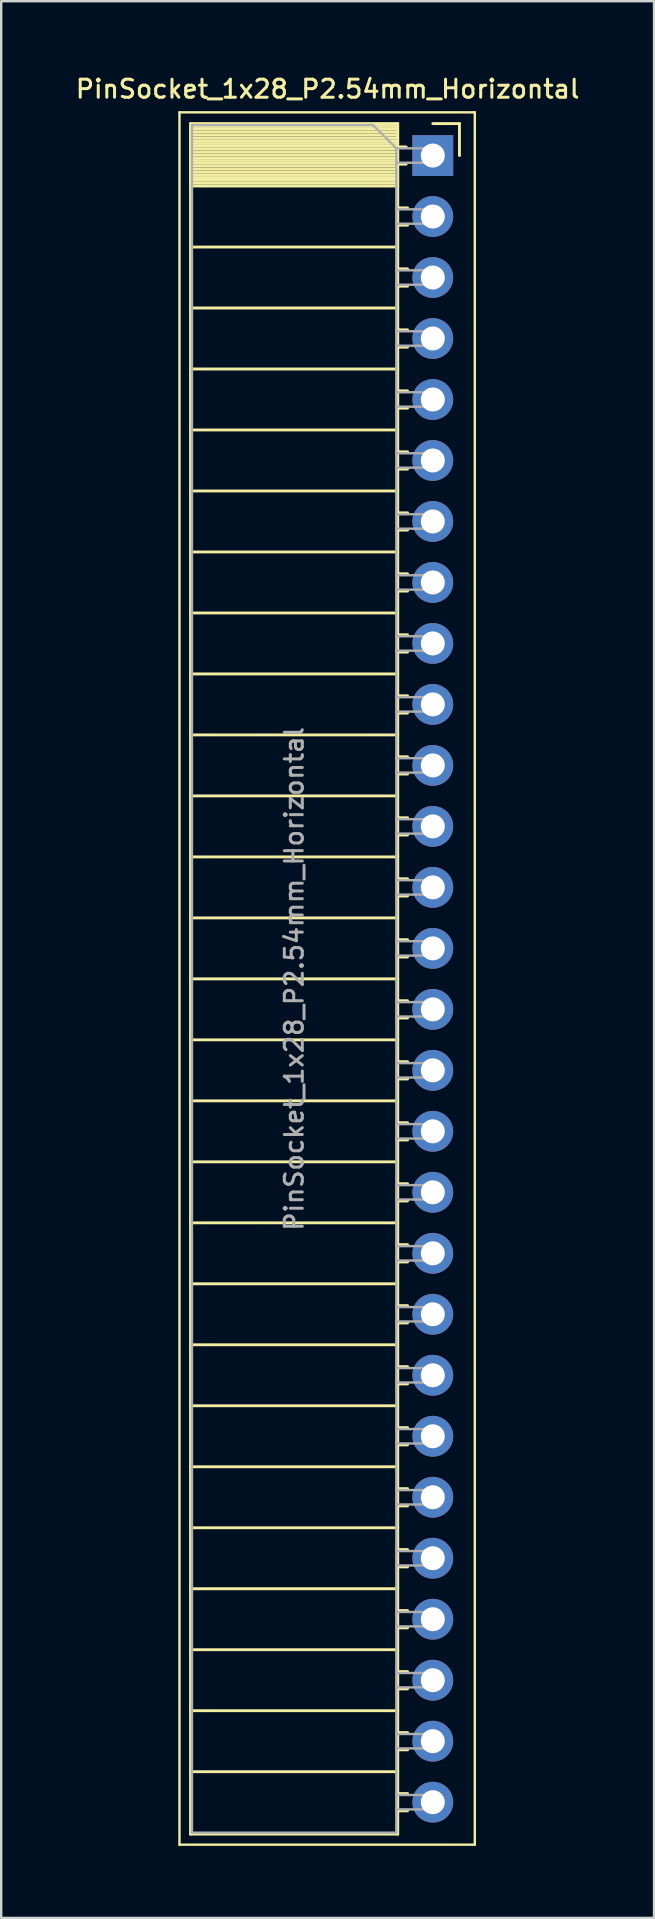
<source format=kicad_pcb>
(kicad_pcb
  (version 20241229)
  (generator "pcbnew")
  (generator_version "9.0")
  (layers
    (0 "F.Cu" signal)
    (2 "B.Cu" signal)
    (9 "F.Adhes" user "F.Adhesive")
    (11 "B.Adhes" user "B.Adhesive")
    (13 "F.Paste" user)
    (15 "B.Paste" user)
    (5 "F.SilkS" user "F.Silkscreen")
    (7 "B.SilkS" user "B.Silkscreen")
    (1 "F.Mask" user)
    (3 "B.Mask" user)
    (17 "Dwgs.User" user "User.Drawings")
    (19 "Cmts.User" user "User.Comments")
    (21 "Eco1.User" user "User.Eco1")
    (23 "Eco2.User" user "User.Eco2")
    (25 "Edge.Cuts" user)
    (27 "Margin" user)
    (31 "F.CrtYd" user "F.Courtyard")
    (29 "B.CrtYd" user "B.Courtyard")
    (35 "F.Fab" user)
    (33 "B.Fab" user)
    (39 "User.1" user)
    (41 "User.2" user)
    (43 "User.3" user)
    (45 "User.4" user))
  (footprint "PinSocket_1x28_P2.54mm_Horizontal"
    (layer "F.Cu")
    (at 14.975 3.428)
    (property "Reference" "PinSocket_1x28_P2.54mm_Horizontal" (at -4.38 -2.77 0) (layer "F.SilkS") (effects (font (size 0.75 0.75) (thickness 0.125))))
    (attr through_hole)
    (fp_line (start -10.55 -1.8) (end -10.55 70.35) (stroke (width 0.1) (type solid)) (layer "F.SilkS"))
    (fp_line (start -10.55 70.35) (end 1.75 70.35) (stroke (width 0.1) (type solid)) (layer "F.SilkS"))
    (fp_line (start -10.09 -1.33) (end -10.09 69.91) (stroke (width 0.12) (type solid)) (layer "F.SilkS"))
    (fp_line (start -10.09 -1.33) (end -1.46 -1.33) (stroke (width 0.12) (type solid)) (layer "F.SilkS"))
    (fp_line (start -10.09 -1.21) (end -1.46 -1.21) (stroke (width 0.12) (type solid)) (layer "F.SilkS"))
    (fp_line (start -10.09 -1.092) (end -1.46 -1.092) (stroke (width 0.12) (type solid)) (layer "F.SilkS"))
    (fp_line (start -10.09 -0.974) (end -1.46 -0.974) (stroke (width 0.12) (type solid)) (layer "F.SilkS"))
    (fp_line (start -10.09 -0.856) (end -1.46 -0.856) (stroke (width 0.12) (type solid)) (layer "F.SilkS"))
    (fp_line (start -10.09 -0.738) (end -1.46 -0.738) (stroke (width 0.12) (type solid)) (layer "F.SilkS"))
    (fp_line (start -10.09 -0.62) (end -1.46 -0.62) (stroke (width 0.12) (type solid)) (layer "F.SilkS"))
    (fp_line (start -10.09 -0.501) (end -1.46 -0.501) (stroke (width 0.12) (type solid)) (layer "F.SilkS"))
    (fp_line (start -10.09 -0.383) (end -1.46 -0.383) (stroke (width 0.12) (type solid)) (layer "F.SilkS"))
    (fp_line (start -10.09 -0.265) (end -1.46 -0.265) (stroke (width 0.12) (type solid)) (layer "F.SilkS"))
    (fp_line (start -10.09 -0.147) (end -1.46 -0.147) (stroke (width 0.12) (type solid)) (layer "F.SilkS"))
    (fp_line (start -10.09 -0.029) (end -1.46 -0.029) (stroke (width 0.12) (type solid)) (layer "F.SilkS"))
    (fp_line (start -10.09 0.089) (end -1.46 0.089) (stroke (width 0.12) (type solid)) (layer "F.SilkS"))
    (fp_line (start -10.09 0.207) (end -1.46 0.207) (stroke (width 0.12) (type solid)) (layer "F.SilkS"))
    (fp_line (start -10.09 0.325) (end -1.46 0.325) (stroke (width 0.12) (type solid)) (layer "F.SilkS"))
    (fp_line (start -10.09 0.443) (end -1.46 0.443) (stroke (width 0.12) (type solid)) (layer "F.SilkS"))
    (fp_line (start -10.09 0.561) (end -1.46 0.561) (stroke (width 0.12) (type solid)) (layer "F.SilkS"))
    (fp_line (start -10.09 0.68) (end -1.46 0.68) (stroke (width 0.12) (type solid)) (layer "F.SilkS"))
    (fp_line (start -10.09 0.798) (end -1.46 0.798) (stroke (width 0.12) (type solid)) (layer "F.SilkS"))
    (fp_line (start -10.09 0.916) (end -1.46 0.916) (stroke (width 0.12) (type solid)) (layer "F.SilkS"))
    (fp_line (start -10.09 1.034) (end -1.46 1.034) (stroke (width 0.12) (type solid)) (layer "F.SilkS"))
    (fp_line (start -10.09 1.152) (end -1.46 1.152) (stroke (width 0.12) (type solid)) (layer "F.SilkS"))
    (fp_line (start -10.09 1.27) (end -1.46 1.27) (stroke (width 0.12) (type solid)) (layer "F.SilkS"))
    (fp_line (start -10.09 3.81) (end -1.46 3.81) (stroke (width 0.12) (type solid)) (layer "F.SilkS"))
    (fp_line (start -10.09 6.35) (end -1.46 6.35) (stroke (width 0.12) (type solid)) (layer "F.SilkS"))
    (fp_line (start -10.09 8.89) (end -1.46 8.89) (stroke (width 0.12) (type solid)) (layer "F.SilkS"))
    (fp_line (start -10.09 11.43) (end -1.46 11.43) (stroke (width 0.12) (type solid)) (layer "F.SilkS"))
    (fp_line (start -10.09 13.97) (end -1.46 13.97) (stroke (width 0.12) (type solid)) (layer "F.SilkS"))
    (fp_line (start -10.09 16.51) (end -1.46 16.51) (stroke (width 0.12) (type solid)) (layer "F.SilkS"))
    (fp_line (start -10.09 19.05) (end -1.46 19.05) (stroke (width 0.12) (type solid)) (layer "F.SilkS"))
    (fp_line (start -10.09 21.59) (end -1.46 21.59) (stroke (width 0.12) (type solid)) (layer "F.SilkS"))
    (fp_line (start -10.09 24.13) (end -1.46 24.13) (stroke (width 0.12) (type solid)) (layer "F.SilkS"))
    (fp_line (start -10.09 26.67) (end -1.46 26.67) (stroke (width 0.12) (type solid)) (layer "F.SilkS"))
    (fp_line (start -10.09 29.21) (end -1.46 29.21) (stroke (width 0.12) (type solid)) (layer "F.SilkS"))
    (fp_line (start -10.09 31.75) (end -1.46 31.75) (stroke (width 0.12) (type solid)) (layer "F.SilkS"))
    (fp_line (start -10.09 34.29) (end -1.46 34.29) (stroke (width 0.12) (type solid)) (layer "F.SilkS"))
    (fp_line (start -10.09 36.83) (end -1.46 36.83) (stroke (width 0.12) (type solid)) (layer "F.SilkS"))
    (fp_line (start -10.09 39.37) (end -1.46 39.37) (stroke (width 0.12) (type solid)) (layer "F.SilkS"))
    (fp_line (start -10.09 41.91) (end -1.46 41.91) (stroke (width 0.12) (type solid)) (layer "F.SilkS"))
    (fp_line (start -10.09 44.45) (end -1.46 44.45) (stroke (width 0.12) (type solid)) (layer "F.SilkS"))
    (fp_line (start -10.09 46.99) (end -1.46 46.99) (stroke (width 0.12) (type solid)) (layer "F.SilkS"))
    (fp_line (start -10.09 49.53) (end -1.46 49.53) (stroke (width 0.12) (type solid)) (layer "F.SilkS"))
    (fp_line (start -10.09 52.07) (end -1.46 52.07) (stroke (width 0.12) (type solid)) (layer "F.SilkS"))
    (fp_line (start -10.09 54.61) (end -1.46 54.61) (stroke (width 0.12) (type solid)) (layer "F.SilkS"))
    (fp_line (start -10.09 57.15) (end -1.46 57.15) (stroke (width 0.12) (type solid)) (layer "F.SilkS"))
    (fp_line (start -10.09 59.69) (end -1.46 59.69) (stroke (width 0.12) (type solid)) (layer "F.SilkS"))
    (fp_line (start -10.09 62.23) (end -1.46 62.23) (stroke (width 0.12) (type solid)) (layer "F.SilkS"))
    (fp_line (start -10.09 64.77) (end -1.46 64.77) (stroke (width 0.12) (type solid)) (layer "F.SilkS"))
    (fp_line (start -10.09 67.31) (end -1.46 67.31) (stroke (width 0.12) (type solid)) (layer "F.SilkS"))
    (fp_line (start -10.09 69.91) (end -1.46 69.91) (stroke (width 0.12) (type solid)) (layer "F.SilkS"))
    (fp_line (start -1.46 -1.33) (end -1.46 69.91) (stroke (width 0.12) (type solid)) (layer "F.SilkS"))
    (fp_line (start -1.46 -0.36) (end -1.11 -0.36) (stroke (width 0.12) (type solid)) (layer "F.SilkS"))
    (fp_line (start -1.46 0.36) (end -1.11 0.36) (stroke (width 0.12) (type solid)) (layer "F.SilkS"))
    (fp_line (start -1.46 2.18) (end -1.05 2.18) (stroke (width 0.12) (type solid)) (layer "F.SilkS"))
    (fp_line (start -1.46 2.9) (end -1.05 2.9) (stroke (width 0.12) (type solid)) (layer "F.SilkS"))
    (fp_line (start -1.46 4.72) (end -1.05 4.72) (stroke (width 0.12) (type solid)) (layer "F.SilkS"))
    (fp_line (start -1.46 5.44) (end -1.05 5.44) (stroke (width 0.12) (type solid)) (layer "F.SilkS"))
    (fp_line (start -1.46 7.26) (end -1.05 7.26) (stroke (width 0.12) (type solid)) (layer "F.SilkS"))
    (fp_line (start -1.46 7.98) (end -1.05 7.98) (stroke (width 0.12) (type solid)) (layer "F.SilkS"))
    (fp_line (start -1.46 9.8) (end -1.05 9.8) (stroke (width 0.12) (type solid)) (layer "F.SilkS"))
    (fp_line (start -1.46 10.52) (end -1.05 10.52) (stroke (width 0.12) (type solid)) (layer "F.SilkS"))
    (fp_line (start -1.46 12.34) (end -1.05 12.34) (stroke (width 0.12) (type solid)) (layer "F.SilkS"))
    (fp_line (start -1.46 13.06) (end -1.05 13.06) (stroke (width 0.12) (type solid)) (layer "F.SilkS"))
    (fp_line (start -1.46 14.88) (end -1.05 14.88) (stroke (width 0.12) (type solid)) (layer "F.SilkS"))
    (fp_line (start -1.46 15.6) (end -1.05 15.6) (stroke (width 0.12) (type solid)) (layer "F.SilkS"))
    (fp_line (start -1.46 17.42) (end -1.05 17.42) (stroke (width 0.12) (type solid)) (layer "F.SilkS"))
    (fp_line (start -1.46 18.14) (end -1.05 18.14) (stroke (width 0.12) (type solid)) (layer "F.SilkS"))
    (fp_line (start -1.46 19.96) (end -1.05 19.96) (stroke (width 0.12) (type solid)) (layer "F.SilkS"))
    (fp_line (start -1.46 20.68) (end -1.05 20.68) (stroke (width 0.12) (type solid)) (layer "F.SilkS"))
    (fp_line (start -1.46 22.5) (end -1.05 22.5) (stroke (width 0.12) (type solid)) (layer "F.SilkS"))
    (fp_line (start -1.46 23.22) (end -1.05 23.22) (stroke (width 0.12) (type solid)) (layer "F.SilkS"))
    (fp_line (start -1.46 25.04) (end -1.05 25.04) (stroke (width 0.12) (type solid)) (layer "F.SilkS"))
    (fp_line (start -1.46 25.76) (end -1.05 25.76) (stroke (width 0.12) (type solid)) (layer "F.SilkS"))
    (fp_line (start -1.46 27.58) (end -1.05 27.58) (stroke (width 0.12) (type solid)) (layer "F.SilkS"))
    (fp_line (start -1.46 28.3) (end -1.05 28.3) (stroke (width 0.12) (type solid)) (layer "F.SilkS"))
    (fp_line (start -1.46 30.12) (end -1.05 30.12) (stroke (width 0.12) (type solid)) (layer "F.SilkS"))
    (fp_line (start -1.46 30.84) (end -1.05 30.84) (stroke (width 0.12) (type solid)) (layer "F.SilkS"))
    (fp_line (start -1.46 32.66) (end -1.05 32.66) (stroke (width 0.12) (type solid)) (layer "F.SilkS"))
    (fp_line (start -1.46 33.38) (end -1.05 33.38) (stroke (width 0.12) (type solid)) (layer "F.SilkS"))
    (fp_line (start -1.46 35.2) (end -1.05 35.2) (stroke (width 0.12) (type solid)) (layer "F.SilkS"))
    (fp_line (start -1.46 35.92) (end -1.05 35.92) (stroke (width 0.12) (type solid)) (layer "F.SilkS"))
    (fp_line (start -1.46 37.74) (end -1.05 37.74) (stroke (width 0.12) (type solid)) (layer "F.SilkS"))
    (fp_line (start -1.46 38.46) (end -1.05 38.46) (stroke (width 0.12) (type solid)) (layer "F.SilkS"))
    (fp_line (start -1.46 40.28) (end -1.05 40.28) (stroke (width 0.12) (type solid)) (layer "F.SilkS"))
    (fp_line (start -1.46 41) (end -1.05 41) (stroke (width 0.12) (type solid)) (layer "F.SilkS"))
    (fp_line (start -1.46 42.82) (end -1.05 42.82) (stroke (width 0.12) (type solid)) (layer "F.SilkS"))
    (fp_line (start -1.46 43.54) (end -1.05 43.54) (stroke (width 0.12) (type solid)) (layer "F.SilkS"))
    (fp_line (start -1.46 45.36) (end -1.05 45.36) (stroke (width 0.12) (type solid)) (layer "F.SilkS"))
    (fp_line (start -1.46 46.08) (end -1.05 46.08) (stroke (width 0.12) (type solid)) (layer "F.SilkS"))
    (fp_line (start -1.46 47.9) (end -1.05 47.9) (stroke (width 0.12) (type solid)) (layer "F.SilkS"))
    (fp_line (start -1.46 48.62) (end -1.05 48.62) (stroke (width 0.12) (type solid)) (layer "F.SilkS"))
    (fp_line (start -1.46 50.44) (end -1.05 50.44) (stroke (width 0.12) (type solid)) (layer "F.SilkS"))
    (fp_line (start -1.46 51.16) (end -1.05 51.16) (stroke (width 0.12) (type solid)) (layer "F.SilkS"))
    (fp_line (start -1.46 52.98) (end -1.05 52.98) (stroke (width 0.12) (type solid)) (layer "F.SilkS"))
    (fp_line (start -1.46 53.7) (end -1.05 53.7) (stroke (width 0.12) (type solid)) (layer "F.SilkS"))
    (fp_line (start -1.46 55.52) (end -1.05 55.52) (stroke (width 0.12) (type solid)) (layer "F.SilkS"))
    (fp_line (start -1.46 56.24) (end -1.05 56.24) (stroke (width 0.12) (type solid)) (layer "F.SilkS"))
    (fp_line (start -1.46 58.06) (end -1.05 58.06) (stroke (width 0.12) (type solid)) (layer "F.SilkS"))
    (fp_line (start -1.46 58.78) (end -1.05 58.78) (stroke (width 0.12) (type solid)) (layer "F.SilkS"))
    (fp_line (start -1.46 60.6) (end -1.05 60.6) (stroke (width 0.12) (type solid)) (layer "F.SilkS"))
    (fp_line (start -1.46 61.32) (end -1.05 61.32) (stroke (width 0.12) (type solid)) (layer "F.SilkS"))
    (fp_line (start -1.46 63.14) (end -1.05 63.14) (stroke (width 0.12) (type solid)) (layer "F.SilkS"))
    (fp_line (start -1.46 63.86) (end -1.05 63.86) (stroke (width 0.12) (type solid)) (layer "F.SilkS"))
    (fp_line (start -1.46 65.68) (end -1.05 65.68) (stroke (width 0.12) (type solid)) (layer "F.SilkS"))
    (fp_line (start -1.46 66.4) (end -1.05 66.4) (stroke (width 0.12) (type solid)) (layer "F.SilkS"))
    (fp_line (start -1.46 68.22) (end -1.05 68.22) (stroke (width 0.12) (type solid)) (layer "F.SilkS"))
    (fp_line (start -1.46 68.94) (end -1.05 68.94) (stroke (width 0.12) (type solid)) (layer "F.SilkS"))
    (fp_line (start 0 -1.33) (end 1.11 -1.33) (stroke (width 0.12) (type solid)) (layer "F.SilkS"))
    (fp_line (start 1.11 -1.33) (end 1.11 0) (stroke (width 0.12) (type solid)) (layer "F.SilkS"))
    (fp_line (start 1.75 -1.8) (end -10.55 -1.8) (stroke (width 0.1) (type solid)) (layer "F.SilkS"))
    (fp_line (start 1.75 70.35) (end 1.75 -1.8) (stroke (width 0.1) (type solid)) (layer "F.SilkS"))
    (fp_line (start -10.03 -1.27) (end -2.49 -1.27) (stroke (width 0.1) (type solid)) (layer "F.Fab"))
    (fp_line (start -10.03 69.85) (end -10.03 -1.27) (stroke (width 0.1) (type solid)) (layer "F.Fab"))
    (fp_line (start -2.49 -1.27) (end -1.52 -0.3) (stroke (width 0.1) (type solid)) (layer "F.Fab"))
    (fp_line (start -1.52 -0.3) (end -1.52 69.85) (stroke (width 0.1) (type solid)) (layer "F.Fab"))
    (fp_line (start -1.52 0.3) (end 0 0.3) (stroke (width 0.1) (type solid)) (layer "F.Fab"))
    (fp_line (start -1.52 2.84) (end 0 2.84) (stroke (width 0.1) (type solid)) (layer "F.Fab"))
    (fp_line (start -1.52 5.38) (end 0 5.38) (stroke (width 0.1) (type solid)) (layer "F.Fab"))
    (fp_line (start -1.52 7.92) (end 0 7.92) (stroke (width 0.1) (type solid)) (layer "F.Fab"))
    (fp_line (start -1.52 10.46) (end 0 10.46) (stroke (width 0.1) (type solid)) (layer "F.Fab"))
    (fp_line (start -1.52 13) (end 0 13) (stroke (width 0.1) (type solid)) (layer "F.Fab"))
    (fp_line (start -1.52 15.54) (end 0 15.54) (stroke (width 0.1) (type solid)) (layer "F.Fab"))
    (fp_line (start -1.52 18.08) (end 0 18.08) (stroke (width 0.1) (type solid)) (layer "F.Fab"))
    (fp_line (start -1.52 20.62) (end 0 20.62) (stroke (width 0.1) (type solid)) (layer "F.Fab"))
    (fp_line (start -1.52 23.16) (end 0 23.16) (stroke (width 0.1) (type solid)) (layer "F.Fab"))
    (fp_line (start -1.52 25.7) (end 0 25.7) (stroke (width 0.1) (type solid)) (layer "F.Fab"))
    (fp_line (start -1.52 28.24) (end 0 28.24) (stroke (width 0.1) (type solid)) (layer "F.Fab"))
    (fp_line (start -1.52 30.78) (end 0 30.78) (stroke (width 0.1) (type solid)) (layer "F.Fab"))
    (fp_line (start -1.52 33.32) (end 0 33.32) (stroke (width 0.1) (type solid)) (layer "F.Fab"))
    (fp_line (start -1.52 35.86) (end 0 35.86) (stroke (width 0.1) (type solid)) (layer "F.Fab"))
    (fp_line (start -1.52 38.4) (end 0 38.4) (stroke (width 0.1) (type solid)) (layer "F.Fab"))
    (fp_line (start -1.52 40.94) (end 0 40.94) (stroke (width 0.1) (type solid)) (layer "F.Fab"))
    (fp_line (start -1.52 43.48) (end 0 43.48) (stroke (width 0.1) (type solid)) (layer "F.Fab"))
    (fp_line (start -1.52 46.02) (end 0 46.02) (stroke (width 0.1) (type solid)) (layer "F.Fab"))
    (fp_line (start -1.52 48.56) (end 0 48.56) (stroke (width 0.1) (type solid)) (layer "F.Fab"))
    (fp_line (start -1.52 51.1) (end 0 51.1) (stroke (width 0.1) (type solid)) (layer "F.Fab"))
    (fp_line (start -1.52 53.64) (end 0 53.64) (stroke (width 0.1) (type solid)) (layer "F.Fab"))
    (fp_line (start -1.52 56.18) (end 0 56.18) (stroke (width 0.1) (type solid)) (layer "F.Fab"))
    (fp_line (start -1.52 58.72) (end 0 58.72) (stroke (width 0.1) (type solid)) (layer "F.Fab"))
    (fp_line (start -1.52 61.26) (end 0 61.26) (stroke (width 0.1) (type solid)) (layer "F.Fab"))
    (fp_line (start -1.52 63.8) (end 0 63.8) (stroke (width 0.1) (type solid)) (layer "F.Fab"))
    (fp_line (start -1.52 66.34) (end 0 66.34) (stroke (width 0.1) (type solid)) (layer "F.Fab"))
    (fp_line (start -1.52 68.88) (end 0 68.88) (stroke (width 0.1) (type solid)) (layer "F.Fab"))
    (fp_line (start -1.52 69.85) (end -10.03 69.85) (stroke (width 0.1) (type solid)) (layer "F.Fab"))
    (fp_line (start 0 -0.3) (end -1.52 -0.3) (stroke (width 0.1) (type solid)) (layer "F.Fab"))
    (fp_line (start 0 0.3) (end 0 -0.3) (stroke (width 0.1) (type solid)) (layer "F.Fab"))
    (fp_line (start 0 2.24) (end -1.52 2.24) (stroke (width 0.1) (type solid)) (layer "F.Fab"))
    (fp_line (start 0 2.84) (end 0 2.24) (stroke (width 0.1) (type solid)) (layer "F.Fab"))
    (fp_line (start 0 4.78) (end -1.52 4.78) (stroke (width 0.1) (type solid)) (layer "F.Fab"))
    (fp_line (start 0 5.38) (end 0 4.78) (stroke (width 0.1) (type solid)) (layer "F.Fab"))
    (fp_line (start 0 7.32) (end -1.52 7.32) (stroke (width 0.1) (type solid)) (layer "F.Fab"))
    (fp_line (start 0 7.92) (end 0 7.32) (stroke (width 0.1) (type solid)) (layer "F.Fab"))
    (fp_line (start 0 9.86) (end -1.52 9.86) (stroke (width 0.1) (type solid)) (layer "F.Fab"))
    (fp_line (start 0 10.46) (end 0 9.86) (stroke (width 0.1) (type solid)) (layer "F.Fab"))
    (fp_line (start 0 12.4) (end -1.52 12.4) (stroke (width 0.1) (type solid)) (layer "F.Fab"))
    (fp_line (start 0 13) (end 0 12.4) (stroke (width 0.1) (type solid)) (layer "F.Fab"))
    (fp_line (start 0 14.94) (end -1.52 14.94) (stroke (width 0.1) (type solid)) (layer "F.Fab"))
    (fp_line (start 0 15.54) (end 0 14.94) (stroke (width 0.1) (type solid)) (layer "F.Fab"))
    (fp_line (start 0 17.48) (end -1.52 17.48) (stroke (width 0.1) (type solid)) (layer "F.Fab"))
    (fp_line (start 0 18.08) (end 0 17.48) (stroke (width 0.1) (type solid)) (layer "F.Fab"))
    (fp_line (start 0 20.02) (end -1.52 20.02) (stroke (width 0.1) (type solid)) (layer "F.Fab"))
    (fp_line (start 0 20.62) (end 0 20.02) (stroke (width 0.1) (type solid)) (layer "F.Fab"))
    (fp_line (start 0 22.56) (end -1.52 22.56) (stroke (width 0.1) (type solid)) (layer "F.Fab"))
    (fp_line (start 0 23.16) (end 0 22.56) (stroke (width 0.1) (type solid)) (layer "F.Fab"))
    (fp_line (start 0 25.1) (end -1.52 25.1) (stroke (width 0.1) (type solid)) (layer "F.Fab"))
    (fp_line (start 0 25.7) (end 0 25.1) (stroke (width 0.1) (type solid)) (layer "F.Fab"))
    (fp_line (start 0 27.64) (end -1.52 27.64) (stroke (width 0.1) (type solid)) (layer "F.Fab"))
    (fp_line (start 0 28.24) (end 0 27.64) (stroke (width 0.1) (type solid)) (layer "F.Fab"))
    (fp_line (start 0 30.18) (end -1.52 30.18) (stroke (width 0.1) (type solid)) (layer "F.Fab"))
    (fp_line (start 0 30.78) (end 0 30.18) (stroke (width 0.1) (type solid)) (layer "F.Fab"))
    (fp_line (start 0 32.72) (end -1.52 32.72) (stroke (width 0.1) (type solid)) (layer "F.Fab"))
    (fp_line (start 0 33.32) (end 0 32.72) (stroke (width 0.1) (type solid)) (layer "F.Fab"))
    (fp_line (start 0 35.26) (end -1.52 35.26) (stroke (width 0.1) (type solid)) (layer "F.Fab"))
    (fp_line (start 0 35.86) (end 0 35.26) (stroke (width 0.1) (type solid)) (layer "F.Fab"))
    (fp_line (start 0 37.8) (end -1.52 37.8) (stroke (width 0.1) (type solid)) (layer "F.Fab"))
    (fp_line (start 0 38.4) (end 0 37.8) (stroke (width 0.1) (type solid)) (layer "F.Fab"))
    (fp_line (start 0 40.34) (end -1.52 40.34) (stroke (width 0.1) (type solid)) (layer "F.Fab"))
    (fp_line (start 0 40.94) (end 0 40.34) (stroke (width 0.1) (type solid)) (layer "F.Fab"))
    (fp_line (start 0 42.88) (end -1.52 42.88) (stroke (width 0.1) (type solid)) (layer "F.Fab"))
    (fp_line (start 0 43.48) (end 0 42.88) (stroke (width 0.1) (type solid)) (layer "F.Fab"))
    (fp_line (start 0 45.42) (end -1.52 45.42) (stroke (width 0.1) (type solid)) (layer "F.Fab"))
    (fp_line (start 0 46.02) (end 0 45.42) (stroke (width 0.1) (type solid)) (layer "F.Fab"))
    (fp_line (start 0 47.96) (end -1.52 47.96) (stroke (width 0.1) (type solid)) (layer "F.Fab"))
    (fp_line (start 0 48.56) (end 0 47.96) (stroke (width 0.1) (type solid)) (layer "F.Fab"))
    (fp_line (start 0 50.5) (end -1.52 50.5) (stroke (width 0.1) (type solid)) (layer "F.Fab"))
    (fp_line (start 0 51.1) (end 0 50.5) (stroke (width 0.1) (type solid)) (layer "F.Fab"))
    (fp_line (start 0 53.04) (end -1.52 53.04) (stroke (width 0.1) (type solid)) (layer "F.Fab"))
    (fp_line (start 0 53.64) (end 0 53.04) (stroke (width 0.1) (type solid)) (layer "F.Fab"))
    (fp_line (start 0 55.58) (end -1.52 55.58) (stroke (width 0.1) (type solid)) (layer "F.Fab"))
    (fp_line (start 0 56.18) (end 0 55.58) (stroke (width 0.1) (type solid)) (layer "F.Fab"))
    (fp_line (start 0 58.12) (end -1.52 58.12) (stroke (width 0.1) (type solid)) (layer "F.Fab"))
    (fp_line (start 0 58.72) (end 0 58.12) (stroke (width 0.1) (type solid)) (layer "F.Fab"))
    (fp_line (start 0 60.66) (end -1.52 60.66) (stroke (width 0.1) (type solid)) (layer "F.Fab"))
    (fp_line (start 0 61.26) (end 0 60.66) (stroke (width 0.1) (type solid)) (layer "F.Fab"))
    (fp_line (start 0 63.2) (end -1.52 63.2) (stroke (width 0.1) (type solid)) (layer "F.Fab"))
    (fp_line (start 0 63.8) (end 0 63.2) (stroke (width 0.1) (type solid)) (layer "F.Fab"))
    (fp_line (start 0 65.74) (end -1.52 65.74) (stroke (width 0.1) (type solid)) (layer "F.Fab"))
    (fp_line (start 0 66.34) (end 0 65.74) (stroke (width 0.1) (type solid)) (layer "F.Fab"))
    (fp_line (start 0 68.28) (end -1.52 68.28) (stroke (width 0.1) (type solid)) (layer "F.Fab"))
    (fp_line (start 0 68.88) (end 0 68.28) (stroke (width 0.1) (type solid)) (layer "F.Fab"))
    (fp_text user "${REFERENCE}" (at -5.775 34.29 90) (layer "F.Fab") (effects (font (size 0.75 0.75) (thickness 0.125))))
    (pad "1" thru_hole rect (at 0 0) (size 1.7 1.7) (drill 1) (layers "*.Cu" "*.Mask"))
    (pad "2" thru_hole oval (at 0 2.54) (size 1.7 1.7) (drill 1) (layers "*.Cu" "*.Mask"))
    (pad "3" thru_hole oval (at 0 5.08) (size 1.7 1.7) (drill 1) (layers "*.Cu" "*.Mask"))
    (pad "4" thru_hole oval (at 0 7.62) (size 1.7 1.7) (drill 1) (layers "*.Cu" "*.Mask"))
    (pad "5" thru_hole oval (at 0 10.16) (size 1.7 1.7) (drill 1) (layers "*.Cu" "*.Mask"))
    (pad "6" thru_hole oval (at 0 12.7) (size 1.7 1.7) (drill 1) (layers "*.Cu" "*.Mask"))
    (pad "7" thru_hole oval (at 0 15.24) (size 1.7 1.7) (drill 1) (layers "*.Cu" "*.Mask"))
    (pad "8" thru_hole oval (at 0 17.78) (size 1.7 1.7) (drill 1) (layers "*.Cu" "*.Mask"))
    (pad "9" thru_hole oval (at 0 20.32) (size 1.7 1.7) (drill 1) (layers "*.Cu" "*.Mask"))
    (pad "10" thru_hole oval (at 0 22.86) (size 1.7 1.7) (drill 1) (layers "*.Cu" "*.Mask"))
    (pad "11" thru_hole oval (at 0 25.4) (size 1.7 1.7) (drill 1) (layers "*.Cu" "*.Mask"))
    (pad "12" thru_hole oval (at 0 27.94) (size 1.7 1.7) (drill 1) (layers "*.Cu" "*.Mask"))
    (pad "13" thru_hole oval (at 0 30.48) (size 1.7 1.7) (drill 1) (layers "*.Cu" "*.Mask"))
    (pad "14" thru_hole oval (at 0 33.02) (size 1.7 1.7) (drill 1) (layers "*.Cu" "*.Mask"))
    (pad "15" thru_hole oval (at 0 35.56) (size 1.7 1.7) (drill 1) (layers "*.Cu" "*.Mask"))
    (pad "16" thru_hole oval (at 0 38.1) (size 1.7 1.7) (drill 1) (layers "*.Cu" "*.Mask"))
    (pad "17" thru_hole oval (at 0 40.64) (size 1.7 1.7) (drill 1) (layers "*.Cu" "*.Mask"))
    (pad "18" thru_hole oval (at 0 43.18) (size 1.7 1.7) (drill 1) (layers "*.Cu" "*.Mask"))
    (pad "19" thru_hole oval (at 0 45.72) (size 1.7 1.7) (drill 1) (layers "*.Cu" "*.Mask"))
    (pad "20" thru_hole oval (at 0 48.26) (size 1.7 1.7) (drill 1) (layers "*.Cu" "*.Mask"))
    (pad "21" thru_hole oval (at 0 50.8) (size 1.7 1.7) (drill 1) (layers "*.Cu" "*.Mask"))
    (pad "22" thru_hole oval (at 0 53.34) (size 1.7 1.7) (drill 1) (layers "*.Cu" "*.Mask"))
    (pad "23" thru_hole oval (at 0 55.88) (size 1.7 1.7) (drill 1) (layers "*.Cu" "*.Mask"))
    (pad "24" thru_hole oval (at 0 58.42) (size 1.7 1.7) (drill 1) (layers "*.Cu" "*.Mask"))
    (pad "25" thru_hole oval (at 0 60.96) (size 1.7 1.7) (drill 1) (layers "*.Cu" "*.Mask"))
    (pad "26" thru_hole oval (at 0 63.5) (size 1.7 1.7) (drill 1) (layers "*.Cu" "*.Mask"))
    (pad "27" thru_hole oval (at 0 66.04) (size 1.7 1.7) (drill 1) (layers "*.Cu" "*.Mask"))
    (pad "28" thru_hole oval (at 0 68.58) (size 1.7 1.7) (drill 1) (layers "*.Cu" "*.Mask")))
  (gr_rect
    (start -3 -3)
    (end 24.189 76.828)
    (stroke (width 0.1) (type default))
    (fill no)
    (layer "Edge.Cuts")))
</source>
